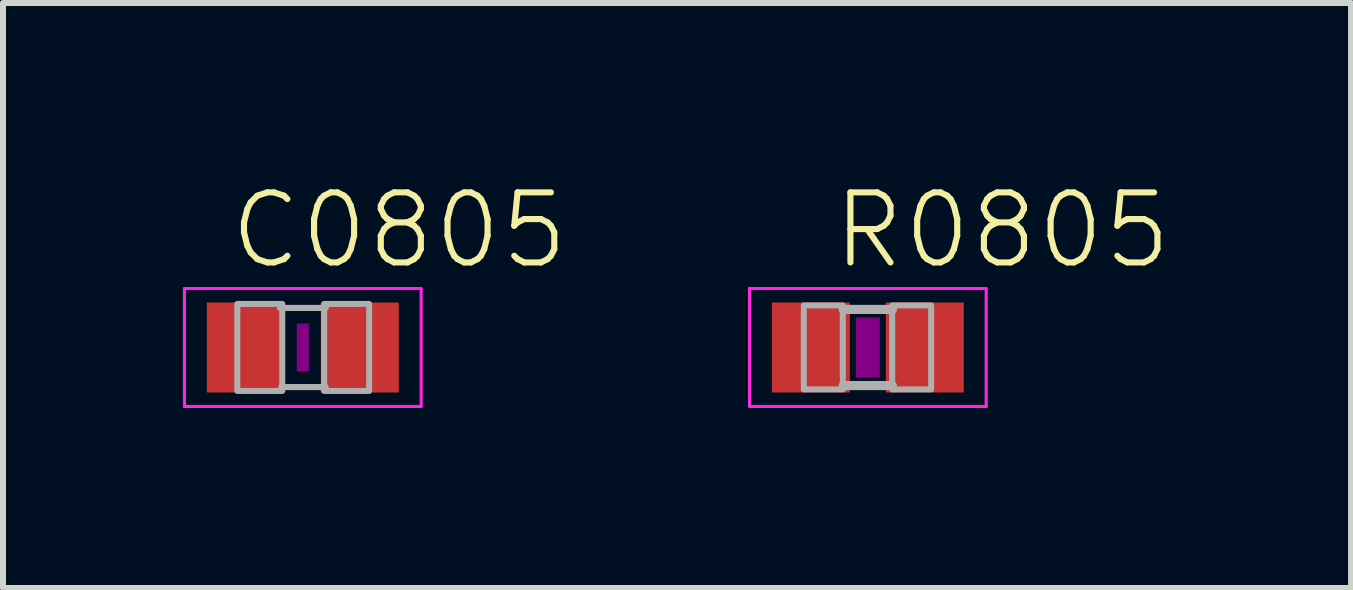
<source format=kicad_pcb>
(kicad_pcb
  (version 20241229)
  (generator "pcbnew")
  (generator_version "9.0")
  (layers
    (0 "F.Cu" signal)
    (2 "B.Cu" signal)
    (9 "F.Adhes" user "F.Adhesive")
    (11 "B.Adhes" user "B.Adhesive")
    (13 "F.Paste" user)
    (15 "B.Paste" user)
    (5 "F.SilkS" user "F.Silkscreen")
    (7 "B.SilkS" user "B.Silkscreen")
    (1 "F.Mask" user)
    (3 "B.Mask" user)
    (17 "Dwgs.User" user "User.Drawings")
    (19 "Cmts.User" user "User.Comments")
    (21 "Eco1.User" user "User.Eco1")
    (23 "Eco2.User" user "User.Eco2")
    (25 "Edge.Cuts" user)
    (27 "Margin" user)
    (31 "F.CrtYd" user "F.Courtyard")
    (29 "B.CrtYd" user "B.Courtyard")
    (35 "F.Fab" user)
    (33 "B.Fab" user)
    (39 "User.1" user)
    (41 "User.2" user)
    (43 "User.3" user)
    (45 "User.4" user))
  (footprint "R0805"
    (layer "F.Cu")
    (at 11.417 2.743)
    (property "Reference" "R0805" (at -0.635 -1.27 0) (layer "F.SilkS") (effects (font (size 1.168 1.168) (thickness 0.102)) (justify left bottom)))
    (fp_poly (pts (xy -0.2 0.5) (xy 0.2 0.5) (xy 0.2 -0.5) (xy -0.2 -0.5)) (stroke (width 0) (type solid)) (fill yes) (layer "F.Adhes"))
    (fp_line (start -1.973 -0.983) (end 1.973 -0.983) (stroke (width 0.051) (type solid)) (layer "F.CrtYd"))
    (fp_line (start -1.973 0.983) (end -1.973 -0.983) (stroke (width 0.051) (type solid)) (layer "F.CrtYd"))
    (fp_line (start 1.973 -0.983) (end 1.973 0.983) (stroke (width 0.051) (type solid)) (layer "F.CrtYd"))
    (fp_line (start 1.973 0.983) (end -1.973 0.983) (stroke (width 0.051) (type solid)) (layer "F.CrtYd"))
    (fp_line (start -0.41 -0.635) (end 0.41 -0.635) (stroke (width 0.152) (type solid)) (layer "F.Fab"))
    (fp_line (start -0.41 0.635) (end 0.41 0.635) (stroke (width 0.152) (type solid)) (layer "F.Fab"))
    (fp_poly (pts (xy -1.067 0.699) (xy -0.417 0.699) (xy -0.417 -0.702) (xy -1.067 -0.702)) (stroke (width 0.1) (type solid)) (fill no) (layer "F.Fab"))
    (fp_poly (pts (xy 0.406 0.699) (xy 1.056 0.699) (xy 1.056 -0.702) (xy 0.406 -0.702)) (stroke (width 0.1) (type solid)) (fill no) (layer "F.Fab"))
    (pad "1" smd rect (at -0.95 0) (size 1.3 1.5) (layers "F.Cu" "F.Mask" "F.Paste"))
    (pad "2" smd rect (at 0.95 0) (size 1.3 1.5) (layers "F.Cu" "F.Mask" "F.Paste")))
  (footprint "C0805"
    (layer "F.Cu")
    (at 1.998 2.743)
    (property "Reference" "C0805" (at -1.27 -1.27 0) (layer "F.SilkS") (effects (font (size 1.168 1.168) (thickness 0.102)) (justify left bottom)))
    (fp_poly (pts (xy -0.1 0.4) (xy 0.1 0.4) (xy 0.1 -0.4) (xy -0.1 -0.4)) (stroke (width 0) (type solid)) (fill yes) (layer "F.Adhes"))
    (fp_line (start -1.973 -0.983) (end 1.973 -0.983) (stroke (width 0.051) (type solid)) (layer "F.CrtYd"))
    (fp_line (start -1.973 0.983) (end -1.973 -0.983) (stroke (width 0.051) (type solid)) (layer "F.CrtYd"))
    (fp_line (start 1.973 -0.983) (end 1.973 0.983) (stroke (width 0.051) (type solid)) (layer "F.CrtYd"))
    (fp_line (start 1.973 0.983) (end -1.973 0.983) (stroke (width 0.051) (type solid)) (layer "F.CrtYd"))
    (fp_line (start -0.381 -0.66) (end 0.381 -0.66) (stroke (width 0.102) (type solid)) (layer "F.Fab"))
    (fp_line (start -0.356 0.66) (end 0.381 0.66) (stroke (width 0.102) (type solid)) (layer "F.Fab"))
    (fp_poly (pts (xy -1.092 0.724) (xy -0.342 0.724) (xy -0.342 -0.726) (xy -1.092 -0.726)) (stroke (width 0.1) (type solid)) (fill no) (layer "F.Fab"))
    (fp_poly (pts (xy 0.356 0.724) (xy 1.106 0.724) (xy 1.106 -0.726) (xy 0.356 -0.726)) (stroke (width 0.1) (type solid)) (fill no) (layer "F.Fab"))
    (pad "1" smd rect (at -0.95 0) (size 1.3 1.5) (layers "F.Cu" "F.Mask" "F.Paste"))
    (pad "2" smd rect (at 0.95 0) (size 1.3 1.5) (layers "F.Cu" "F.Mask" "F.Paste")))
  (gr_rect
    (start -3 -3)
    (end 19.473 6.752)
    (stroke (width 0.1) (type default))
    (fill no)
    (layer "Edge.Cuts")))
</source>
